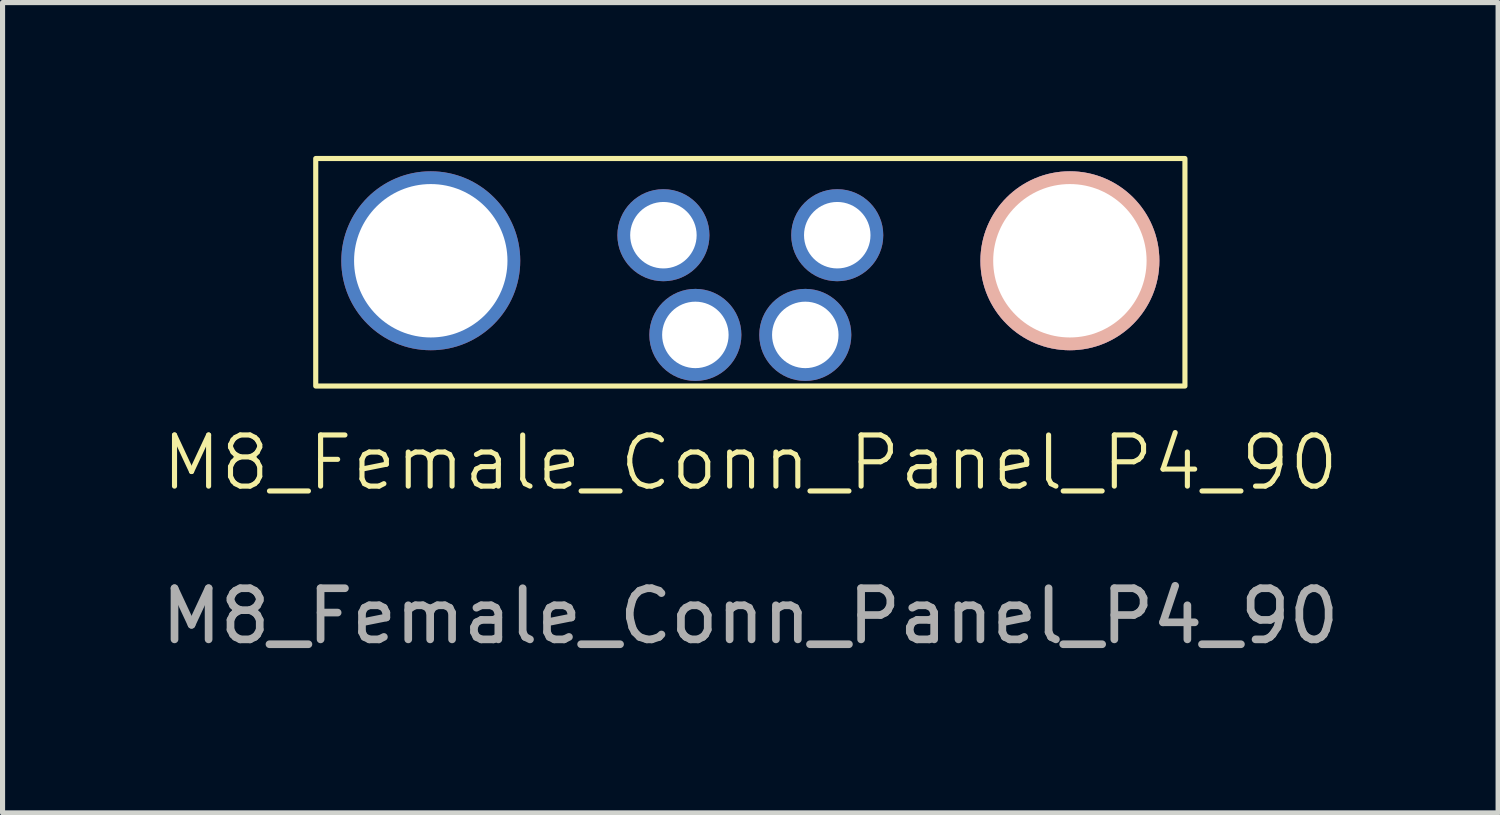
<source format=kicad_pcb>
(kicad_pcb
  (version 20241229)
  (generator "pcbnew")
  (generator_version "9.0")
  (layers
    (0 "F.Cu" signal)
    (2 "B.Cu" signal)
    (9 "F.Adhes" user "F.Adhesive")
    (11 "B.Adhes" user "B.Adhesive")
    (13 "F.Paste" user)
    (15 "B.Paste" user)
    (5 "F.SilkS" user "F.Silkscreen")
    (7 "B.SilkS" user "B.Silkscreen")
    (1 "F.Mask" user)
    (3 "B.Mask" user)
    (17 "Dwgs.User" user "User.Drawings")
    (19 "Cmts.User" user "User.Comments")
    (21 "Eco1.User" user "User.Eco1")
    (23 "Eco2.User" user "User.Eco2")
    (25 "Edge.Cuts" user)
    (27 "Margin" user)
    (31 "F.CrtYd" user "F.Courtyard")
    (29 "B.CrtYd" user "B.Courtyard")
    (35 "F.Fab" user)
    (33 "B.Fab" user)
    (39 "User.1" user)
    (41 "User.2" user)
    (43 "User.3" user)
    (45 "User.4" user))
  (footprint "M8_Female_Conn_Panel_P4_90"
    (layer "F.Cu")
    (at 11.625 6)
    (property "Reference" "M8_Female_Conn_Panel_P4_90" (at 0 0 0) (unlocked yes) (layer "F.SilkS") (effects (font (size 1 1) (thickness 0.1))))
    (attr through_hole)
    (fp_rect (start -8.5 -5.95) (end 8.5 -1.5) (stroke (width 0.1) (type default)) (fill no) (layer "F.SilkS"))
    (fp_text user "${REFERENCE}" (at 0 3 0) (unlocked yes) (layer "F.Fab") (effects (font (size 1 1) (thickness 0.15))))
    (pad "1" thru_hole circle (at -1.7 -4.45) (size 1.8 1.8) (drill 1.3) (layers "*.Cu" "*.Mask"))
    (pad "2" thru_hole circle (at -1.075 -2.5) (size 1.8 1.8) (drill 1.3) (layers "*.Cu" "*.Mask"))
    (pad "3" thru_hole circle (at 1.075 -2.5) (size 1.8 1.8) (drill 1.3) (layers "*.Cu" "*.Mask"))
    (pad "4" thru_hole circle (at 1.7 -4.45) (size 1.8 1.8) (drill 1.3) (layers "*.Cu" "*.Mask"))
    (pad "5" thru_hole circle (at -6.25 -3.95) (size 3.5 3.5) (drill 3) (layers "*.Cu" "*.Mask"))
    (pad "6" thru_hole circle (at 6.25 -3.95) (size 3.5 3.5) (drill 3) (layers "*.Cu" "*.Mask" "B.SilkS")))
  (gr_rect
    (start -3 -3)
    (end 26.25 12.848)
    (stroke (width 0.1) (type default))
    (fill no)
    (layer "Edge.Cuts")))
</source>
